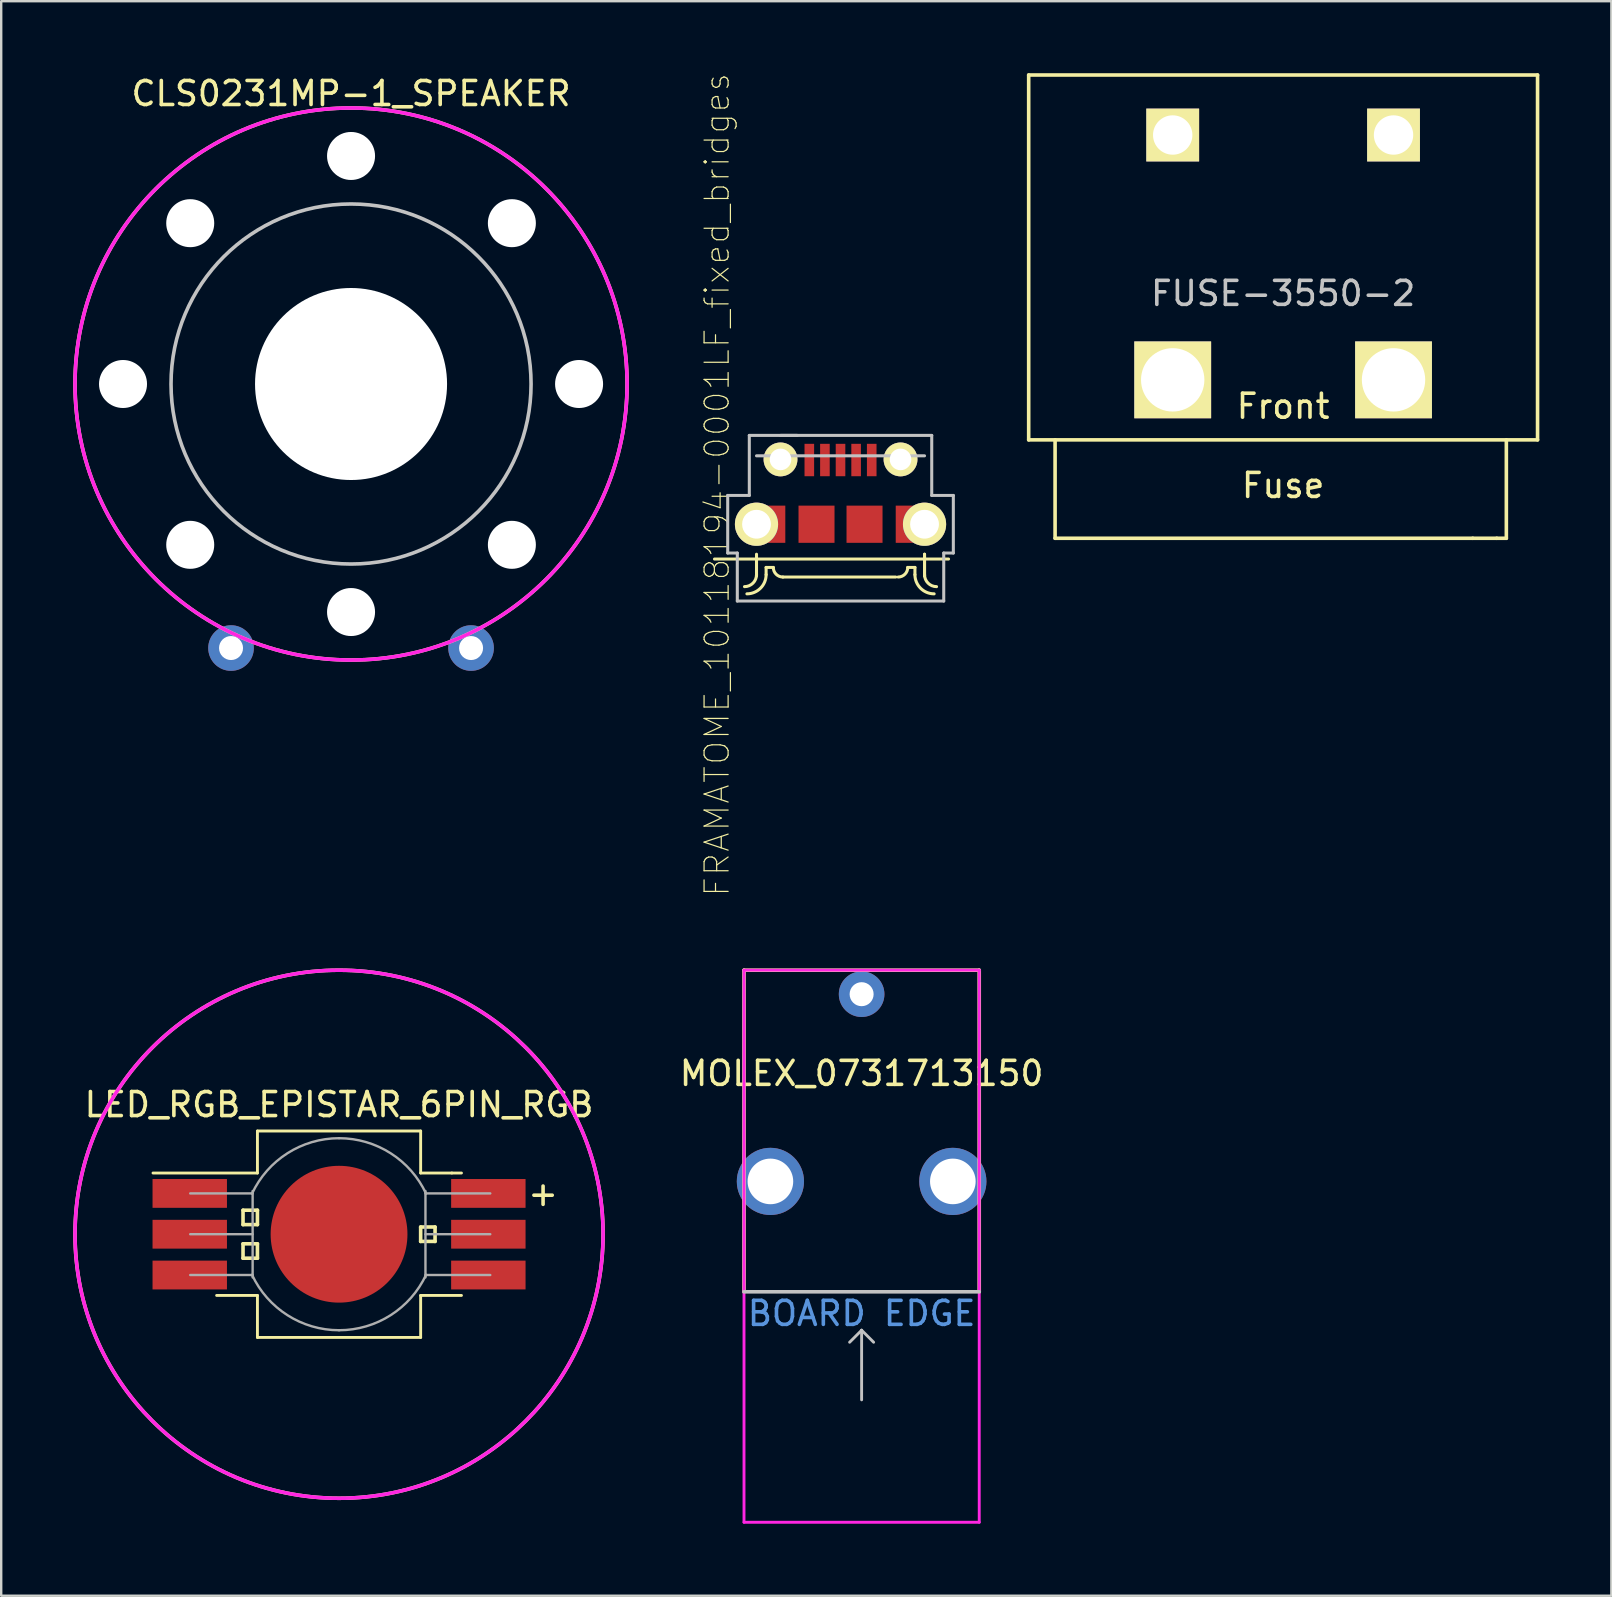
<source format=kicad_pcb>
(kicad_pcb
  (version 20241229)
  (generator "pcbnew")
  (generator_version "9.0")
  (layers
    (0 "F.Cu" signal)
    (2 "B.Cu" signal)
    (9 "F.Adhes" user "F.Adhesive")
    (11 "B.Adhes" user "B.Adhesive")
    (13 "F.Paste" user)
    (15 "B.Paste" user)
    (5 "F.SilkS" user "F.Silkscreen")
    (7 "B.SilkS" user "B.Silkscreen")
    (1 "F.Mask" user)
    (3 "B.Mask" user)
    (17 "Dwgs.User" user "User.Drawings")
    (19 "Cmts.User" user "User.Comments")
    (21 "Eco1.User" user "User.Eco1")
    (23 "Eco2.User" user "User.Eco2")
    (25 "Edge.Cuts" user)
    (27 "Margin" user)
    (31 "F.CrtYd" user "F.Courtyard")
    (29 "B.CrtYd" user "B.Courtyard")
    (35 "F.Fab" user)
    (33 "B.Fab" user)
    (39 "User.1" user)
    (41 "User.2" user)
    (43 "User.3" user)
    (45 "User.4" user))
  (footprint "MOLEX_0731713150"
    (layer "F.Cu")
    (at 32.846 38.369)
    (property "Reference" "MOLEX_0731713150" (at 0 3.3 0) (layer "F.SilkS") (effects (font (size 1 1) (thickness 0.15))))
    (attr through_hole)
    (fp_line (start -4.9 -1) (end 4.9 -1) (stroke (width 0.15) (type solid)) (layer "F.SilkS"))
    (fp_line (start -4.9 12.4) (end -4.9 -1) (stroke (width 0.15) (type solid)) (layer "F.SilkS"))
    (fp_line (start 4.9 -1) (end 4.9 12.4) (stroke (width 0.15) (type solid)) (layer "F.SilkS"))
    (fp_line (start -4.9 12.4) (end 4.9 12.4) (stroke (width 0.15) (type solid)) (layer "Dwgs.User"))
    (fp_line (start 0 14) (end -0.5 14.5) (stroke (width 0.12) (type solid)) (layer "Dwgs.User"))
    (fp_line (start 0 14) (end 0 16.9) (stroke (width 0.12) (type solid)) (layer "Dwgs.User"))
    (fp_line (start 0 14) (end 0.5 14.5) (stroke (width 0.12) (type solid)) (layer "Dwgs.User"))
    (fp_line (start -4.9 -1) (end -4.9 22) (stroke (width 0.12) (type solid)) (layer "F.CrtYd"))
    (fp_line (start -4.9 22) (end 4.9 22) (stroke (width 0.12) (type solid)) (layer "F.CrtYd"))
    (fp_line (start 4.9 -1) (end -4.9 -1) (stroke (width 0.12) (type solid)) (layer "F.CrtYd"))
    (fp_line (start 4.9 22) (end 4.9 -1) (stroke (width 0.12) (type solid)) (layer "F.CrtYd"))
    (fp_text user "BOARD EDGE" (at 0 13.3 0) (layer "Cmts.User") (effects (font (size 1 1) (thickness 0.15))))
    (pad "1" thru_hole circle (at 0 0) (size 1.9 1.9) (drill 1) (layers "*.Cu" "*.Mask"))
    (pad "2" thru_hole circle (at -3.8 7.8) (size 2.8 2.8) (drill 1.9) (layers "*.Cu" "*.Mask"))
    (pad "2" thru_hole circle (at 3.8 7.8) (size 2.8 2.8) (drill 1.9) (layers "*.Cu" "*.Mask")))
  (footprint "LED_RGB_EPISTAR_6PIN_RGB"
    (layer "F.Cu")
    (at 11.075 48.369)
    (property "Reference" "LED_RGB_EPISTAR_6PIN_RGB" (at 0 -5.4 0) (layer "F.SilkS") (effects (font (size 1 1) (thickness 0.15))))
    (attr smd)
    (fp_line (start -7.75 -2.55) (end -3.4 -2.55) (stroke (width 0.12) (type solid)) (layer "F.SilkS"))
    (fp_line (start -5.1 2.55) (end -3.4 2.55) (stroke (width 0.12) (type solid)) (layer "F.SilkS"))
    (fp_line (start -4 -1) (end -4 -0.4) (stroke (width 0.15) (type solid)) (layer "F.SilkS"))
    (fp_line (start -4 -0.4) (end -3.4 -0.4) (stroke (width 0.15) (type solid)) (layer "F.SilkS"))
    (fp_line (start -4 0.4) (end -4 1) (stroke (width 0.15) (type solid)) (layer "F.SilkS"))
    (fp_line (start -4 1) (end -3.4 1) (stroke (width 0.15) (type solid)) (layer "F.SilkS"))
    (fp_line (start -3.4 -4.3) (end -3.4 -2.55) (stroke (width 0.12) (type solid)) (layer "F.SilkS"))
    (fp_line (start -3.4 -1) (end -4 -1) (stroke (width 0.15) (type solid)) (layer "F.SilkS"))
    (fp_line (start -3.4 -0.4) (end -3.4 -1) (stroke (width 0.15) (type solid)) (layer "F.SilkS"))
    (fp_line (start -3.4 0.4) (end -4 0.4) (stroke (width 0.15) (type solid)) (layer "F.SilkS"))
    (fp_line (start -3.4 1) (end -3.4 0.4) (stroke (width 0.15) (type solid)) (layer "F.SilkS"))
    (fp_line (start -3.4 2.55) (end -3.4 4.3) (stroke (width 0.12) (type solid)) (layer "F.SilkS"))
    (fp_line (start 3.4 -4.3) (end -3.4 -4.3) (stroke (width 0.12) (type solid)) (layer "F.SilkS"))
    (fp_line (start 3.4 -4.3) (end 3.4 -2.55) (stroke (width 0.12) (type solid)) (layer "F.SilkS"))
    (fp_line (start 3.4 -2.55) (end 4.7 -2.55) (stroke (width 0.12) (type solid)) (layer "F.SilkS"))
    (fp_line (start 3.4 -0.3) (end 3.4 0.3) (stroke (width 0.15) (type solid)) (layer "F.SilkS"))
    (fp_line (start 3.4 0.3) (end 4 0.3) (stroke (width 0.15) (type solid)) (layer "F.SilkS"))
    (fp_line (start 3.4 2.55) (end 3.4 4.3) (stroke (width 0.12) (type solid)) (layer "F.SilkS"))
    (fp_line (start 3.4 4.3) (end -3.4 4.3) (stroke (width 0.12) (type solid)) (layer "F.SilkS"))
    (fp_line (start 4 -0.3) (end 3.4 -0.3) (stroke (width 0.15) (type solid)) (layer "F.SilkS"))
    (fp_line (start 4 0.3) (end 4 -0.3) (stroke (width 0.15) (type solid)) (layer "F.SilkS"))
    (fp_line (start 4.7 -2.55) (end 5.1 -2.55) (stroke (width 0.12) (type solid)) (layer "F.SilkS"))
    (fp_line (start 5.1 2.55) (end 3.4 2.55) (stroke (width 0.12) (type solid)) (layer "F.SilkS"))
    (fp_circle (center 0 0) (end 11 0) (stroke (width 0.15) (type solid)) (fill no) (layer "F.SilkS"))
    (fp_circle (center 0 0) (end 11 0) (stroke (width 0.15) (type solid)) (fill no) (layer "F.CrtYd"))
    (fp_line (start -6.2 0) (end -3.6 0) (stroke (width 0.1) (type solid)) (layer "F.Fab"))
    (fp_line (start -3.6 -1.7) (end -6.2 -1.7) (stroke (width 0.1) (type solid)) (layer "F.Fab"))
    (fp_line (start -3.6 1.7) (end -6.2 1.7) (stroke (width 0.1) (type solid)) (layer "F.Fab"))
    (fp_line (start -3.6 1.8) (end -3.6 -1.8) (stroke (width 0.1) (type solid)) (layer "F.Fab"))
    (fp_line (start 3.6 -1.8) (end 3.6 1.8) (stroke (width 0.1) (type solid)) (layer "F.Fab"))
    (fp_line (start 3.6 -1.7) (end 6.3 -1.7) (stroke (width 0.1) (type solid)) (layer "F.Fab"))
    (fp_line (start 3.6 1.7) (end 6.3 1.7) (stroke (width 0.1) (type solid)) (layer "F.Fab"))
    (fp_line (start 6.3 0) (end 3.6 0) (stroke (width 0.1) (type solid)) (layer "F.Fab"))
    (fp_arc (start -3.625231 -1.690473) (mid -2.149198 -3.373566) (end 0 -4) (stroke (width 0.1) (type solid)) (layer "F.Fab"))
    (fp_arc (start 0 -4) (mid 2.149198 -3.373566) (end 3.625231 -1.690473) (stroke (width 0.1) (type solid)) (layer "F.Fab"))
    (fp_arc (start 0 4) (mid -2.149198 3.373566) (end -3.625231 1.690473) (stroke (width 0.1) (type solid)) (layer "F.Fab"))
    (fp_arc (start 3.625231 1.690473) (mid 2.149198 3.373566) (end 0 4) (stroke (width 0.1) (type solid)) (layer "F.Fab"))
    (fp_text user "+" (at 8.5 -1.7 0) (layer "F.SilkS") (effects (font (size 1 1) (thickness 0.15))))
    (pad "1" smd rect (at -6.22 -1.7) (size 3.1 1.2) (layers "F.Cu" "F.Mask" "F.Paste"))
    (pad "2" smd rect (at -6.22 0) (size 3.1 1.2) (layers "F.Cu" "F.Mask" "F.Paste"))
    (pad "3" smd rect (at -6.22 1.7) (size 3.1 1.2) (layers "F.Cu" "F.Mask" "F.Paste"))
    (pad "4" smd circle (at 0 0) (size 5.7 5.7) (layers "F.Cu" "F.Mask" "F.Paste"))
    (pad "4" smd rect (at 6.22 1.7 180) (size 3.1 1.2) (layers "F.Cu" "F.Mask" "F.Paste"))
    (pad "5" smd rect (at 6.22 0 180) (size 3.1 1.2) (layers "F.Cu" "F.Mask" "F.Paste"))
    (pad "6" smd rect (at 6.22 -1.7 180) (size 3.1 1.2) (layers "F.Cu" "F.Mask" "F.Paste")))
  (footprint "FRAMATOME_10118194-0001LF_fixed_bridges"
    (layer "F.Cu")
    (at 31.967 18.79)
    (property "Reference" "FRAMATOME_10118194-0001LF_fixed_bridges" (at -5.144 -1.643 90) (layer "F.SilkS") (effects (font (size 1.002 1.002) (thickness 0.05))))
    (attr smd)
    (fp_line (start -5.25 1.45) (end 4.5 1.45) (stroke (width 0.127) (type solid)) (layer "F.SilkS"))
    (fp_line (start -3.5 1.25) (end -3.5 2.1) (stroke (width 0.127) (type solid)) (layer "F.SilkS"))
    (fp_line (start -3.5 2.1) (end -3.5 2.15) (stroke (width 0.127) (type solid)) (layer "F.SilkS"))
    (fp_line (start -3.1 1.8) (end -2.8 1.8) (stroke (width 0.127) (type solid)) (layer "F.SilkS"))
    (fp_line (start -3.1 2.1) (end -3.1 1.8) (stroke (width 0.127) (type solid)) (layer "F.SilkS"))
    (fp_line (start -2.4 2.2) (end 2.3 2.2) (stroke (width 0.127) (type solid)) (layer "F.SilkS"))
    (fp_line (start 3.1 1.8) (end 2.8 1.8) (stroke (width 0.127) (type solid)) (layer "F.SilkS"))
    (fp_line (start 3.1 2.1) (end 3.1 1.8) (stroke (width 0.127) (type solid)) (layer "F.SilkS"))
    (fp_line (start 3.5 1.25) (end 3.5 2.1) (stroke (width 0.127) (type solid)) (layer "F.SilkS"))
    (fp_line (start 3.5 1.25) (end 3.5 2.15) (stroke (width 0.127) (type solid)) (layer "F.SilkS"))
    (fp_line (start 3.5 2.1) (end 3.5 2.15) (stroke (width 0.127) (type solid)) (layer "F.SilkS"))
    (fp_arc (start -3.5 2.1) (mid -3.646447 2.453553) (end -4 2.6) (stroke (width 0.127) (type solid)) (layer "F.SilkS"))
    (fp_arc (start -3.1 2.1) (mid -3.334315 2.665685) (end -3.9 2.9) (stroke (width 0.127) (type solid)) (layer "F.SilkS"))
    (fp_arc (start -2.4 2.2) (mid -2.682843 2.082843) (end -2.8 1.8) (stroke (width 0.127) (type solid)) (layer "F.SilkS"))
    (fp_arc (start 2.8 1.8) (mid 2.682843 2.082843) (end 2.4 2.2) (stroke (width 0.127) (type solid)) (layer "F.SilkS"))
    (fp_arc (start 3.9 2.9) (mid 3.334315 2.665685) (end 3.1 2.1) (stroke (width 0.127) (type solid)) (layer "F.SilkS"))
    (fp_arc (start 4 2.6) (mid 3.646447 2.453553) (end 3.5 2.1) (stroke (width 0.127) (type solid)) (layer "F.SilkS"))
    (fp_line (start -4.7 -1.2) (end -3.8 -1.2) (stroke (width 0.127) (type solid)) (layer "Dwgs.User"))
    (fp_line (start -4.7 1.2) (end -4.7 -1.2) (stroke (width 0.127) (type solid)) (layer "Dwgs.User"))
    (fp_line (start -4.3 1.2) (end -4.7 1.2) (stroke (width 0.127) (type solid)) (layer "Dwgs.User"))
    (fp_line (start -4.3 3.2) (end -4.3 1.2) (stroke (width 0.127) (type solid)) (layer "Dwgs.User"))
    (fp_line (start -3.8 -3.7) (end -1.8 -3.7) (stroke (width 0.127) (type solid)) (layer "Dwgs.User"))
    (fp_line (start -3.8 -1.2) (end -3.8 -3.7) (stroke (width 0.127) (type solid)) (layer "Dwgs.User"))
    (fp_line (start -3.5 -2.85) (end 3.5 -2.85) (stroke (width 0.127) (type solid)) (layer "Dwgs.User"))
    (fp_line (start -2.5 -3.7) (end 3.8 -3.7) (stroke (width 0.127) (type solid)) (layer "Dwgs.User"))
    (fp_line (start 3.8 -3.7) (end 3.8 -1.2) (stroke (width 0.127) (type solid)) (layer "Dwgs.User"))
    (fp_line (start 3.8 -1.2) (end 4.7 -1.2) (stroke (width 0.127) (type solid)) (layer "Dwgs.User"))
    (fp_line (start 4.3 1.2) (end 4.3 3.2) (stroke (width 0.127) (type solid)) (layer "Dwgs.User"))
    (fp_line (start 4.3 3.2) (end -4.3 3.2) (stroke (width 0.127) (type solid)) (layer "Dwgs.User"))
    (fp_line (start 4.7 -1.2) (end 4.7 1.2) (stroke (width 0.127) (type solid)) (layer "Dwgs.User"))
    (fp_line (start 4.7 1.2) (end 4.3 1.2) (stroke (width 0.127) (type solid)) (layer "Dwgs.User"))
    (pad "1" smd rect (at -1.3 -2.675 180) (size 0.4 1.35) (layers "F.Cu" "F.Mask" "F.Paste"))
    (pad "2" smd rect (at -0.65 -2.675 180) (size 0.4 1.35) (layers "F.Cu" "F.Mask" "F.Paste"))
    (pad "3" smd rect (at 0 -2.675 180) (size 0.4 1.35) (layers "F.Cu" "F.Mask" "F.Paste"))
    (pad "4" smd rect (at 0.65 -2.675 180) (size 0.4 1.35) (layers "F.Cu" "F.Mask" "F.Paste"))
    (pad "5" smd rect (at 1.3 -2.675 180) (size 0.4 1.35) (layers "F.Cu" "F.Mask" "F.Paste"))
    (pad "P$6" thru_hole circle (at -2.5 -2.7) (size 1.408 1.408) (drill 0.9) (layers "*.Cu" "*.Mask" "F.SilkS"))
    (pad "P$7" thru_hole circle (at 2.5 -2.7) (size 1.408 1.408) (drill 0.9) (layers "*.Cu" "*.Mask" "F.SilkS"))
    (pad "P$8" thru_hole circle (at -3.5 0) (size 1.8 1.8) (drill 1.2) (layers "*.Cu" "*.Mask" "F.SilkS"))
    (pad "P$9" thru_hole circle (at 3.5 0) (size 1.8 1.8) (drill 1.2) (layers "*.Cu" "*.Mask" "F.SilkS"))
    (pad "P$10" smd rect (at -1 0) (size 1.5 1.55) (layers "F.Cu" "F.Mask" "F.Paste"))
    (pad "P$11" smd rect (at 1 0) (size 1.5 1.55) (layers "F.Cu" "F.Mask" "F.Paste"))
    (pad "P$12" smd rect (at -3.05 0) (size 1.5 1.55) (layers "F.Cu" "F.Mask" "F.Paste"))
    (pad "P$13" smd rect (at 3.05 0) (size 1.5 1.55) (layers "F.Cu" "F.Mask" "F.Paste")))
  (footprint "CLS0231MP-1_SPEAKER"
    (layer "F.Cu")
    (at 11.575 12.948)
    (property "Reference" "CLS0231MP-1_SPEAKER" (at 0 -12.1 0) (layer "F.SilkS") (effects (font (size 1 1) (thickness 0.15))))
    (attr through_hole)
    (fp_circle (center 0 0) (end 11.5 0) (stroke (width 0.15) (type solid)) (fill no) (layer "F.SilkS"))
    (fp_circle (center 0 0) (end 7.5 0) (stroke (width 0.15) (type solid)) (fill no) (layer "Dwgs.User"))
    (fp_circle (center 0 0) (end 11.5 0) (stroke (width 0.15) (type solid)) (fill no) (layer "F.CrtYd"))
    (pad "" np_thru_hole circle (at -9.5 0) (size 2 2) (drill 2) (layers "*.Cu" "*.Mask"))
    (pad "" np_thru_hole circle (at -6.7 -6.7) (size 2 2) (drill 2) (layers "*.Cu" "*.Mask"))
    (pad "" np_thru_hole circle (at -6.7 6.7) (size 2 2) (drill 2) (layers "*.Cu" "*.Mask"))
    (pad "" np_thru_hole circle (at 0 -9.5) (size 2 2) (drill 2) (layers "*.Cu" "*.Mask"))
    (pad "" np_thru_hole circle (at 0 0) (size 8 8) (drill 8) (layers "*.Cu" "*.Mask"))
    (pad "" np_thru_hole circle (at 0 9.5) (size 2 2) (drill 2) (layers "*.Cu" "*.Mask"))
    (pad "" np_thru_hole circle (at 6.7 -6.7) (size 2 2) (drill 2) (layers "*.Cu" "*.Mask"))
    (pad "" np_thru_hole circle (at 6.7 6.7) (size 2 2) (drill 2) (layers "*.Cu" "*.Mask"))
    (pad "" np_thru_hole circle (at 9.5 0) (size 2 2) (drill 2) (layers "*.Cu" "*.Mask"))
    (pad "1" thru_hole circle (at -5 11) (size 1.9 1.9) (drill 1) (layers "*.Cu" "*.Mask"))
    (pad "2" thru_hole circle (at 5 11) (size 1.9 1.9) (drill 1) (layers "*.Cu" "*.Mask")))
  (footprint "FUSE-3550-2"
    (layer "F.Cu")
    (at 50.406 7.675)
    (property "Reference" "FUSE-3550-2" (at 0 1.5 0) (layer "Dwgs.User") (effects (font (size 1 1) (thickness 0.15))))
    (attr through_hole)
    (fp_line (start -10.6 -7.6) (end -10.6 7.6) (stroke (width 0.15) (type solid)) (layer "F.SilkS"))
    (fp_line (start -10.6 7.6) (end 10.6 7.6) (stroke (width 0.15) (type solid)) (layer "F.SilkS"))
    (fp_line (start -9.5 7.6) (end -9.5 11.7) (stroke (width 0.15) (type solid)) (layer "F.SilkS"))
    (fp_line (start -9.5 11.7) (end 7.9 11.7) (stroke (width 0.15) (type solid)) (layer "F.SilkS"))
    (fp_line (start 7.9 11.7) (end 8.9 11.7) (stroke (width 0.15) (type solid)) (layer "F.SilkS"))
    (fp_line (start 8.9 11.7) (end 9.3 11.7) (stroke (width 0.15) (type solid)) (layer "F.SilkS"))
    (fp_line (start 9.3 11.7) (end 9.3 7.6) (stroke (width 0.15) (type solid)) (layer "F.SilkS"))
    (fp_line (start 10.6 -7.6) (end -10.6 -7.6) (stroke (width 0.15) (type solid)) (layer "F.SilkS"))
    (fp_line (start 10.6 7.6) (end 10.6 -7.6) (stroke (width 0.15) (type solid)) (layer "F.SilkS"))
    (fp_text user "Front" (at 0 6.2 0) (layer "F.SilkS") (effects (font (size 1 1) (thickness 0.15))))
    (fp_text user "Fuse" (at 0 9.5 0) (layer "F.SilkS") (effects (font (size 1 1) (thickness 0.15))))
    (pad "1" thru_hole rect (at -4.6 5.1) (size 3.2 3.2) (drill 2.64) (layers "*.Cu" "*.Mask" "F.SilkS"))
    (pad "2" thru_hole rect (at 4.6 5.1) (size 3.2 3.2) (drill 2.64) (layers "*.Cu" "*.Mask" "F.SilkS"))
    (pad "Snap" thru_hole rect (at -4.6 -5.1) (size 2.2 2.2) (drill 1.64) (layers "*.Cu" "*.Mask" "F.SilkS"))
    (pad "Snap" thru_hole rect (at 4.6 -5.1) (size 2.2 2.2) (drill 1.64) (layers "*.Cu" "*.Mask" "F.SilkS")))
  (gr_rect
    (start -3 -3)
    (end 64.081 63.429)
    (stroke (width 0.1) (type default))
    (fill no)
    (layer "Edge.Cuts")))
</source>
